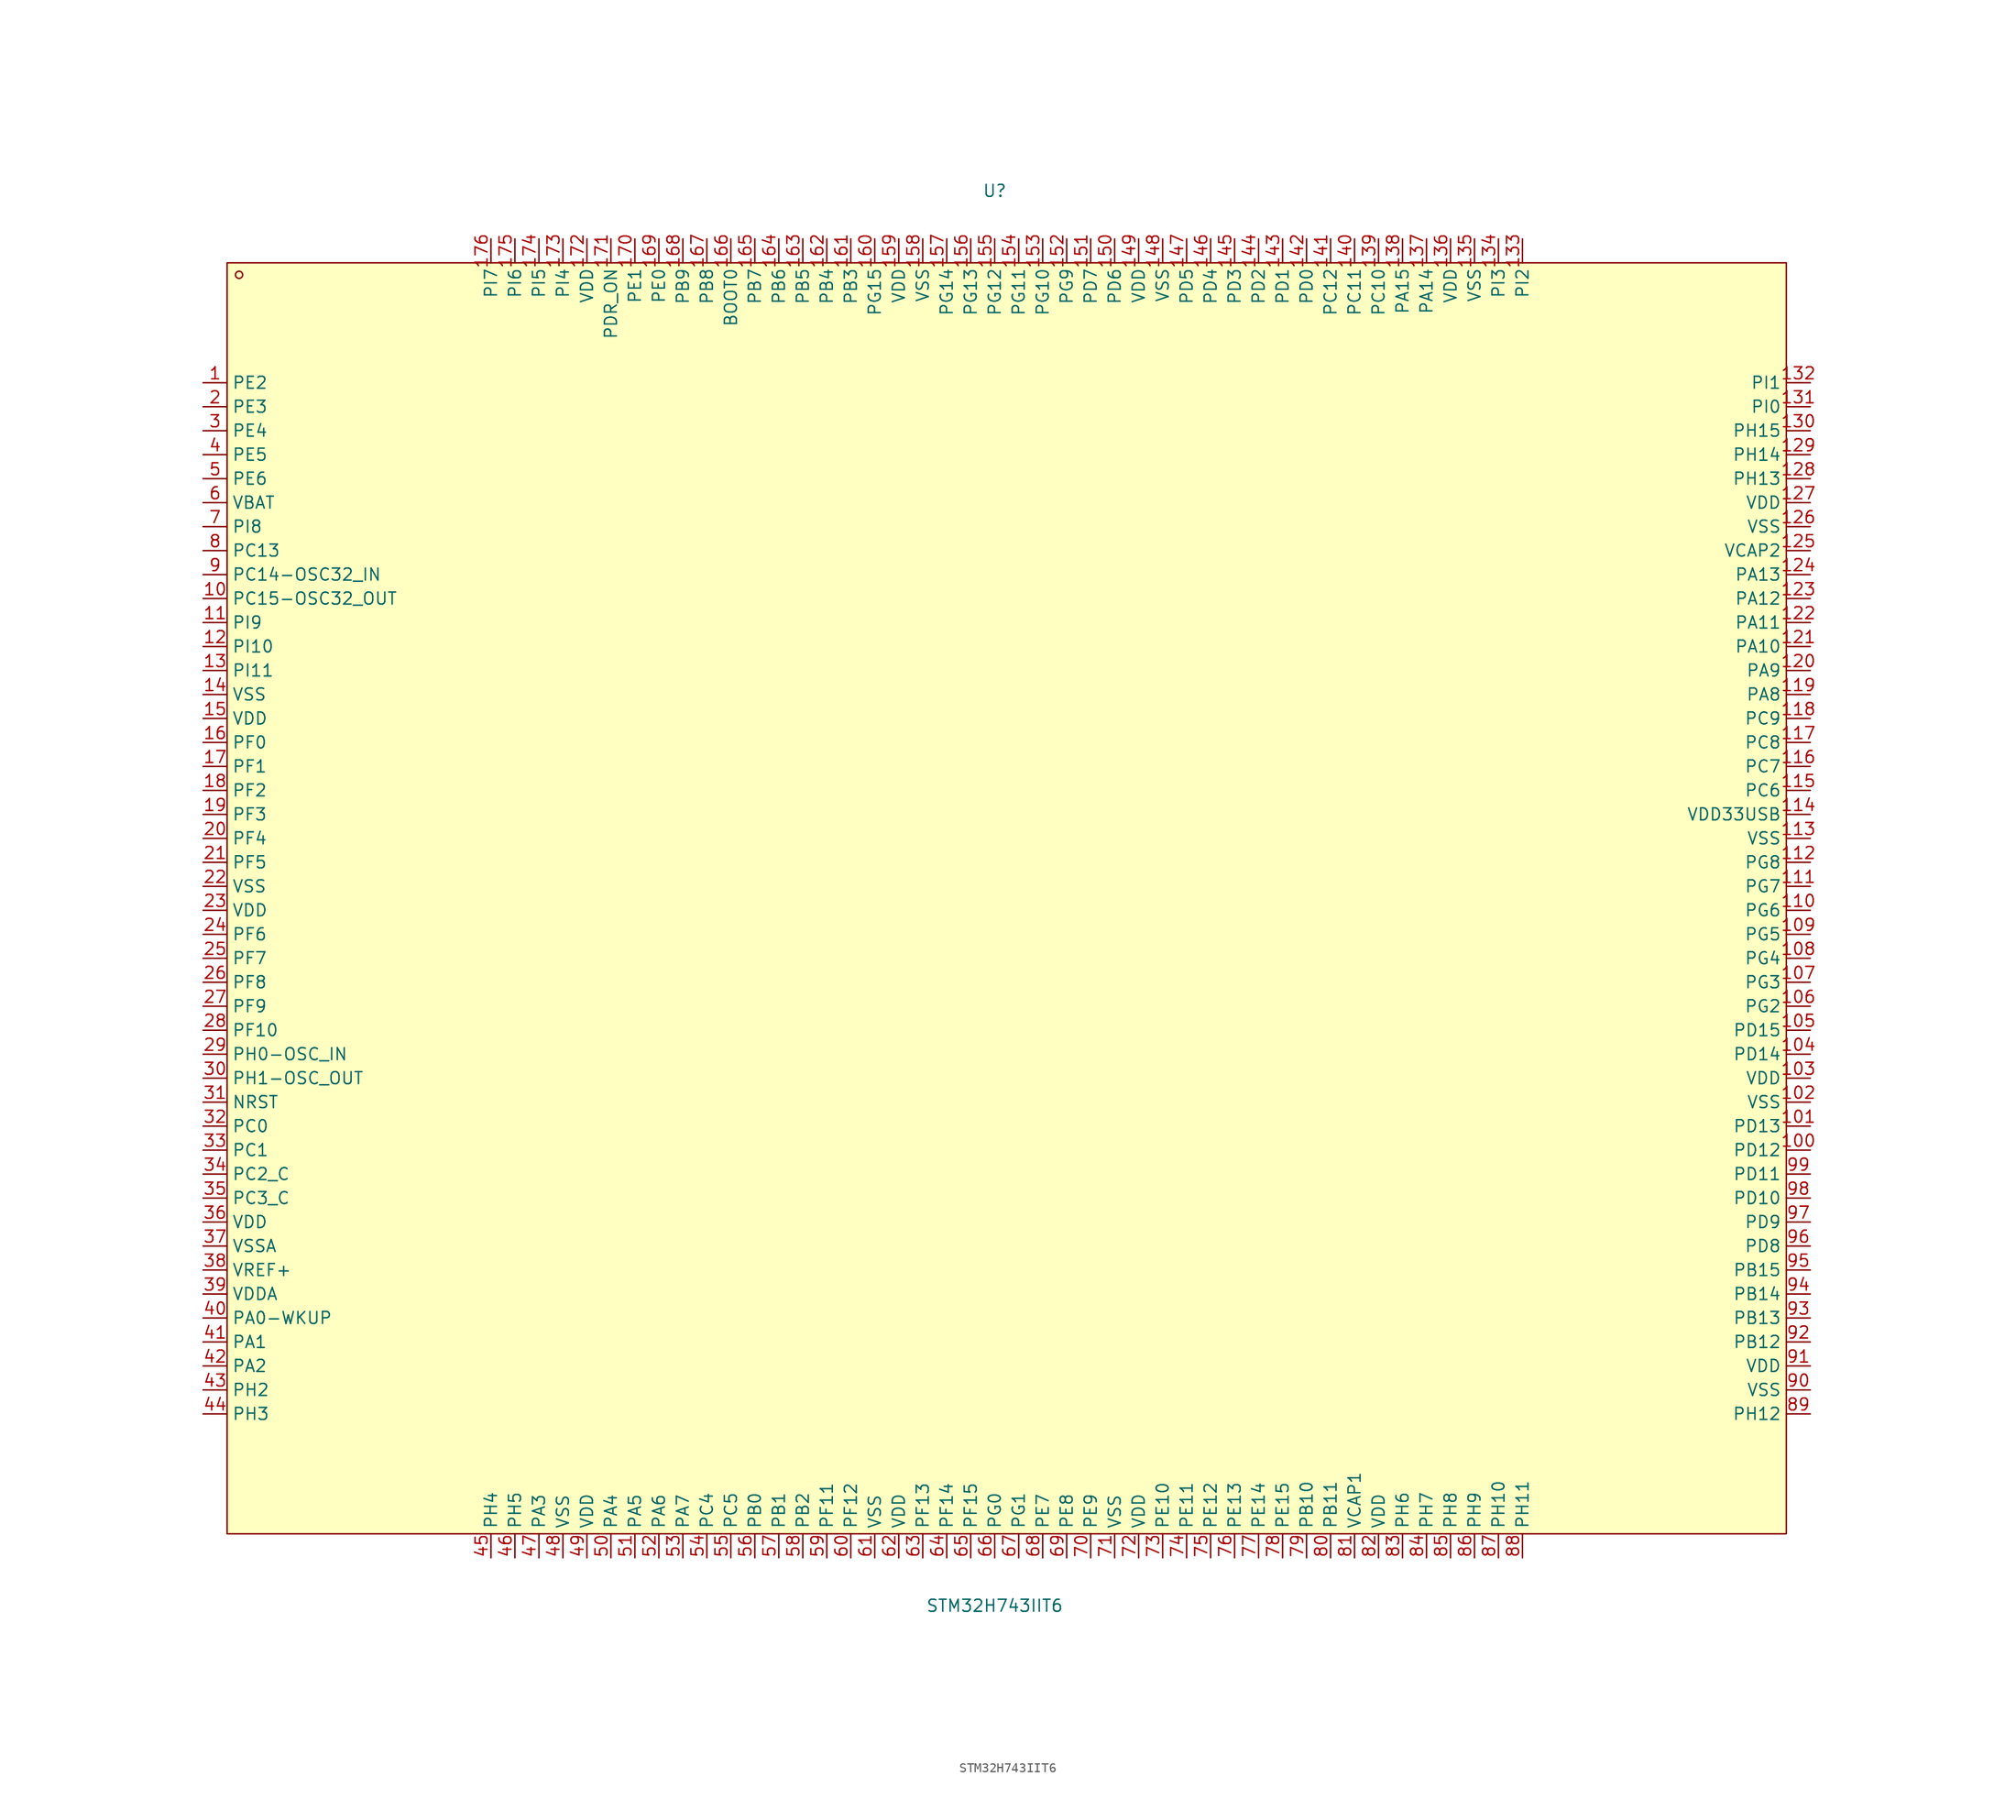
<source format=kicad_sym>
(kicad_symbol_lib
  (version 20231120)
  (generator "kicad_symbol_editor")
  (generator_version "8.0")
  (symbol "STM32H743IIT6"
    (property "Reference" "U"
      (at 0 73.66 0)
      (effects (font (size 1.27 1.27))))
    (property "Value" "STM32H743IIT6"
      (at 0 -76.2 0)
      (effects (font (size 1.27 1.27))))
    (symbol "STM32H743IIT6_0_1"
      (rectangle (start -81.28 66.04) (end 83.82 -68.58) (stroke (width 0) (type default)) (fill (type background)))
      (circle (center -80.01 64.77) (radius 0.38) (stroke (width 0) (type default)) (fill (type none)))
      (pin unspecified line (at -83.82 53.34 0) (length 2.54) (name "PE2" (effects (font (size 1.27 1.27)))) (number "1" (effects (font (size 1.27 1.27)))))
      (pin unspecified line (at -83.82 30.48 0) (length 2.54) (name "PC15-OSC32_OUT" (effects (font (size 1.27 1.27)))) (number "10" (effects (font (size 1.27 1.27)))))
      (pin unspecified line (at 86.36 -27.94 180) (length 2.54) (name "PD12" (effects (font (size 1.27 1.27)))) (number "100" (effects (font (size 1.27 1.27)))))
      (pin unspecified line (at 86.36 -25.4 180) (length 2.54) (name "PD13" (effects (font (size 1.27 1.27)))) (number "101" (effects (font (size 1.27 1.27)))))
      (pin unspecified line (at 86.36 -22.86 180) (length 2.54) (name "VSS" (effects (font (size 1.27 1.27)))) (number "102" (effects (font (size 1.27 1.27)))))
      (pin unspecified line (at 86.36 -20.32 180) (length 2.54) (name "VDD" (effects (font (size 1.27 1.27)))) (number "103" (effects (font (size 1.27 1.27)))))
      (pin unspecified line (at 86.36 -17.78 180) (length 2.54) (name "PD14" (effects (font (size 1.27 1.27)))) (number "104" (effects (font (size 1.27 1.27)))))
      (pin unspecified line (at 86.36 -15.24 180) (length 2.54) (name "PD15" (effects (font (size 1.27 1.27)))) (number "105" (effects (font (size 1.27 1.27)))))
      (pin unspecified line (at 86.36 -12.7 180) (length 2.54) (name "PG2" (effects (font (size 1.27 1.27)))) (number "106" (effects (font (size 1.27 1.27)))))
      (pin unspecified line (at 86.36 -10.16 180) (length 2.54) (name "PG3" (effects (font (size 1.27 1.27)))) (number "107" (effects (font (size 1.27 1.27)))))
      (pin unspecified line (at 86.36 -7.62 180) (length 2.54) (name "PG4" (effects (font (size 1.27 1.27)))) (number "108" (effects (font (size 1.27 1.27)))))
      (pin unspecified line (at 86.36 -5.08 180) (length 2.54) (name "PG5" (effects (font (size 1.27 1.27)))) (number "109" (effects (font (size 1.27 1.27)))))
      (pin unspecified line (at -83.82 27.94 0) (length 2.54) (name "PI9" (effects (font (size 1.27 1.27)))) (number "11" (effects (font (size 1.27 1.27)))))
      (pin unspecified line (at 86.36 -2.54 180) (length 2.54) (name "PG6" (effects (font (size 1.27 1.27)))) (number "110" (effects (font (size 1.27 1.27)))))
      (pin unspecified line (at 86.36 0 180) (length 2.54) (name "PG7" (effects (font (size 1.27 1.27)))) (number "111" (effects (font (size 1.27 1.27)))))
      (pin unspecified line (at 86.36 2.54 180) (length 2.54) (name "PG8" (effects (font (size 1.27 1.27)))) (number "112" (effects (font (size 1.27 1.27)))))
      (pin unspecified line (at 86.36 5.08 180) (length 2.54) (name "VSS" (effects (font (size 1.27 1.27)))) (number "113" (effects (font (size 1.27 1.27)))))
      (pin unspecified line (at 86.36 7.62 180) (length 2.54) (name "VDD33USB" (effects (font (size 1.27 1.27)))) (number "114" (effects (font (size 1.27 1.27)))))
      (pin unspecified line (at 86.36 10.16 180) (length 2.54) (name "PC6" (effects (font (size 1.27 1.27)))) (number "115" (effects (font (size 1.27 1.27)))))
      (pin unspecified line (at 86.36 12.7 180) (length 2.54) (name "PC7" (effects (font (size 1.27 1.27)))) (number "116" (effects (font (size 1.27 1.27)))))
      (pin unspecified line (at 86.36 15.24 180) (length 2.54) (name "PC8" (effects (font (size 1.27 1.27)))) (number "117" (effects (font (size 1.27 1.27)))))
      (pin unspecified line (at 86.36 17.78 180) (length 2.54) (name "PC9" (effects (font (size 1.27 1.27)))) (number "118" (effects (font (size 1.27 1.27)))))
      (pin unspecified line (at 86.36 20.32 180) (length 2.54) (name "PA8" (effects (font (size 1.27 1.27)))) (number "119" (effects (font (size 1.27 1.27)))))
      (pin unspecified line (at -83.82 25.4 0) (length 2.54) (name "PI10" (effects (font (size 1.27 1.27)))) (number "12" (effects (font (size 1.27 1.27)))))
      (pin unspecified line (at 86.36 22.86 180) (length 2.54) (name "PA9" (effects (font (size 1.27 1.27)))) (number "120" (effects (font (size 1.27 1.27)))))
      (pin unspecified line (at 86.36 25.4 180) (length 2.54) (name "PA10" (effects (font (size 1.27 1.27)))) (number "121" (effects (font (size 1.27 1.27)))))
      (pin unspecified line (at 86.36 27.94 180) (length 2.54) (name "PA11" (effects (font (size 1.27 1.27)))) (number "122" (effects (font (size 1.27 1.27)))))
      (pin unspecified line (at 86.36 30.48 180) (length 2.54) (name "PA12" (effects (font (size 1.27 1.27)))) (number "123" (effects (font (size 1.27 1.27)))))
      (pin unspecified line (at 86.36 33.02 180) (length 2.54) (name "PA13" (effects (font (size 1.27 1.27)))) (number "124" (effects (font (size 1.27 1.27)))))
      (pin unspecified line (at 86.36 35.56 180) (length 2.54) (name "VCAP2" (effects (font (size 1.27 1.27)))) (number "125" (effects (font (size 1.27 1.27)))))
      (pin unspecified line (at 86.36 38.1 180) (length 2.54) (name "VSS" (effects (font (size 1.27 1.27)))) (number "126" (effects (font (size 1.27 1.27)))))
      (pin unspecified line (at 86.36 40.64 180) (length 2.54) (name "VDD" (effects (font (size 1.27 1.27)))) (number "127" (effects (font (size 1.27 1.27)))))
      (pin unspecified line (at 86.36 43.18 180) (length 2.54) (name "PH13" (effects (font (size 1.27 1.27)))) (number "128" (effects (font (size 1.27 1.27)))))
      (pin unspecified line (at 86.36 45.72 180) (length 2.54) (name "PH14" (effects (font (size 1.27 1.27)))) (number "129" (effects (font (size 1.27 1.27)))))
      (pin unspecified line (at -83.82 22.86 0) (length 2.54) (name "PI11" (effects (font (size 1.27 1.27)))) (number "13" (effects (font (size 1.27 1.27)))))
      (pin unspecified line (at 86.36 48.26 180) (length 2.54) (name "PH15" (effects (font (size 1.27 1.27)))) (number "130" (effects (font (size 1.27 1.27)))))
      (pin unspecified line (at 86.36 50.8 180) (length 2.54) (name "PI0" (effects (font (size 1.27 1.27)))) (number "131" (effects (font (size 1.27 1.27)))))
      (pin unspecified line (at 86.36 53.34 180) (length 2.54) (name "PI1" (effects (font (size 1.27 1.27)))) (number "132" (effects (font (size 1.27 1.27)))))
      (pin unspecified line (at 55.88 68.58 270) (length 2.54) (name "PI2" (effects (font (size 1.27 1.27)))) (number "133" (effects (font (size 1.27 1.27)))))
      (pin unspecified line (at 53.34 68.58 270) (length 2.54) (name "PI3" (effects (font (size 1.27 1.27)))) (number "134" (effects (font (size 1.27 1.27)))))
      (pin unspecified line (at 50.8 68.58 270) (length 2.54) (name "VSS" (effects (font (size 1.27 1.27)))) (number "135" (effects (font (size 1.27 1.27)))))
      (pin unspecified line (at 48.26 68.58 270) (length 2.54) (name "VDD" (effects (font (size 1.27 1.27)))) (number "136" (effects (font (size 1.27 1.27)))))
      (pin unspecified line (at 45.72 68.58 270) (length 2.54) (name "PA14" (effects (font (size 1.27 1.27)))) (number "137" (effects (font (size 1.27 1.27)))))
      (pin unspecified line (at 43.18 68.58 270) (length 2.54) (name "PA15" (effects (font (size 1.27 1.27)))) (number "138" (effects (font (size 1.27 1.27)))))
      (pin unspecified line (at 40.64 68.58 270) (length 2.54) (name "PC10" (effects (font (size 1.27 1.27)))) (number "139" (effects (font (size 1.27 1.27)))))
      (pin unspecified line (at -83.82 20.32 0) (length 2.54) (name "VSS" (effects (font (size 1.27 1.27)))) (number "14" (effects (font (size 1.27 1.27)))))
      (pin unspecified line (at 38.1 68.58 270) (length 2.54) (name "PC11" (effects (font (size 1.27 1.27)))) (number "140" (effects (font (size 1.27 1.27)))))
      (pin unspecified line (at 35.56 68.58 270) (length 2.54) (name "PC12" (effects (font (size 1.27 1.27)))) (number "141" (effects (font (size 1.27 1.27)))))
      (pin unspecified line (at 33.02 68.58 270) (length 2.54) (name "PD0" (effects (font (size 1.27 1.27)))) (number "142" (effects (font (size 1.27 1.27)))))
      (pin unspecified line (at 30.48 68.58 270) (length 2.54) (name "PD1" (effects (font (size 1.27 1.27)))) (number "143" (effects (font (size 1.27 1.27)))))
      (pin unspecified line (at 27.94 68.58 270) (length 2.54) (name "PD2" (effects (font (size 1.27 1.27)))) (number "144" (effects (font (size 1.27 1.27)))))
      (pin unspecified line (at 25.4 68.58 270) (length 2.54) (name "PD3" (effects (font (size 1.27 1.27)))) (number "145" (effects (font (size 1.27 1.27)))))
      (pin unspecified line (at 22.86 68.58 270) (length 2.54) (name "PD4" (effects (font (size 1.27 1.27)))) (number "146" (effects (font (size 1.27 1.27)))))
      (pin unspecified line (at 20.32 68.58 270) (length 2.54) (name "PD5" (effects (font (size 1.27 1.27)))) (number "147" (effects (font (size 1.27 1.27)))))
      (pin unspecified line (at 17.78 68.58 270) (length 2.54) (name "VSS" (effects (font (size 1.27 1.27)))) (number "148" (effects (font (size 1.27 1.27)))))
      (pin unspecified line (at 15.24 68.58 270) (length 2.54) (name "VDD" (effects (font (size 1.27 1.27)))) (number "149" (effects (font (size 1.27 1.27)))))
      (pin unspecified line (at -83.82 17.78 0) (length 2.54) (name "VDD" (effects (font (size 1.27 1.27)))) (number "15" (effects (font (size 1.27 1.27)))))
      (pin unspecified line (at 12.7 68.58 270) (length 2.54) (name "PD6" (effects (font (size 1.27 1.27)))) (number "150" (effects (font (size 1.27 1.27)))))
      (pin unspecified line (at 10.16 68.58 270) (length 2.54) (name "PD7" (effects (font (size 1.27 1.27)))) (number "151" (effects (font (size 1.27 1.27)))))
      (pin unspecified line (at 7.62 68.58 270) (length 2.54) (name "PG9" (effects (font (size 1.27 1.27)))) (number "152" (effects (font (size 1.27 1.27)))))
      (pin unspecified line (at 5.08 68.58 270) (length 2.54) (name "PG10" (effects (font (size 1.27 1.27)))) (number "153" (effects (font (size 1.27 1.27)))))
      (pin unspecified line (at 2.54 68.58 270) (length 2.54) (name "PG11" (effects (font (size 1.27 1.27)))) (number "154" (effects (font (size 1.27 1.27)))))
      (pin unspecified line (at 0 68.58 270) (length 2.54) (name "PG12" (effects (font (size 1.27 1.27)))) (number "155" (effects (font (size 1.27 1.27)))))
      (pin unspecified line (at -2.54 68.58 270) (length 2.54) (name "PG13" (effects (font (size 1.27 1.27)))) (number "156" (effects (font (size 1.27 1.27)))))
      (pin unspecified line (at -5.08 68.58 270) (length 2.54) (name "PG14" (effects (font (size 1.27 1.27)))) (number "157" (effects (font (size 1.27 1.27)))))
      (pin unspecified line (at -7.62 68.58 270) (length 2.54) (name "VSS" (effects (font (size 1.27 1.27)))) (number "158" (effects (font (size 1.27 1.27)))))
      (pin unspecified line (at -10.16 68.58 270) (length 2.54) (name "VDD" (effects (font (size 1.27 1.27)))) (number "159" (effects (font (size 1.27 1.27)))))
      (pin unspecified line (at -83.82 15.24 0) (length 2.54) (name "PF0" (effects (font (size 1.27 1.27)))) (number "16" (effects (font (size 1.27 1.27)))))
      (pin unspecified line (at -12.7 68.58 270) (length 2.54) (name "PG15" (effects (font (size 1.27 1.27)))) (number "160" (effects (font (size 1.27 1.27)))))
      (pin unspecified line (at -15.24 68.58 270) (length 2.54) (name "PB3" (effects (font (size 1.27 1.27)))) (number "161" (effects (font (size 1.27 1.27)))))
      (pin unspecified line (at -17.78 68.58 270) (length 2.54) (name "PB4" (effects (font (size 1.27 1.27)))) (number "162" (effects (font (size 1.27 1.27)))))
      (pin unspecified line (at -20.32 68.58 270) (length 2.54) (name "PB5" (effects (font (size 1.27 1.27)))) (number "163" (effects (font (size 1.27 1.27)))))
      (pin unspecified line (at -22.86 68.58 270) (length 2.54) (name "PB6" (effects (font (size 1.27 1.27)))) (number "164" (effects (font (size 1.27 1.27)))))
      (pin unspecified line (at -25.4 68.58 270) (length 2.54) (name "PB7" (effects (font (size 1.27 1.27)))) (number "165" (effects (font (size 1.27 1.27)))))
      (pin unspecified line (at -27.94 68.58 270) (length 2.54) (name "BOOT0" (effects (font (size 1.27 1.27)))) (number "166" (effects (font (size 1.27 1.27)))))
      (pin unspecified line (at -30.48 68.58 270) (length 2.54) (name "PB8" (effects (font (size 1.27 1.27)))) (number "167" (effects (font (size 1.27 1.27)))))
      (pin unspecified line (at -33.02 68.58 270) (length 2.54) (name "PB9" (effects (font (size 1.27 1.27)))) (number "168" (effects (font (size 1.27 1.27)))))
      (pin unspecified line (at -35.56 68.58 270) (length 2.54) (name "PE0" (effects (font (size 1.27 1.27)))) (number "169" (effects (font (size 1.27 1.27)))))
      (pin unspecified line (at -83.82 12.7 0) (length 2.54) (name "PF1" (effects (font (size 1.27 1.27)))) (number "17" (effects (font (size 1.27 1.27)))))
      (pin unspecified line (at -38.1 68.58 270) (length 2.54) (name "PE1" (effects (font (size 1.27 1.27)))) (number "170" (effects (font (size 1.27 1.27)))))
      (pin unspecified line (at -40.64 68.58 270) (length 2.54) (name "PDR_ON" (effects (font (size 1.27 1.27)))) (number "171" (effects (font (size 1.27 1.27)))))
      (pin unspecified line (at -43.18 68.58 270) (length 2.54) (name "VDD" (effects (font (size 1.27 1.27)))) (number "172" (effects (font (size 1.27 1.27)))))
      (pin unspecified line (at -45.72 68.58 270) (length 2.54) (name "PI4" (effects (font (size 1.27 1.27)))) (number "173" (effects (font (size 1.27 1.27)))))
      (pin unspecified line (at -48.26 68.58 270) (length 2.54) (name "PI5" (effects (font (size 1.27 1.27)))) (number "174" (effects (font (size 1.27 1.27)))))
      (pin unspecified line (at -50.8 68.58 270) (length 2.54) (name "PI6" (effects (font (size 1.27 1.27)))) (number "175" (effects (font (size 1.27 1.27)))))
      (pin unspecified line (at -53.34 68.58 270) (length 2.54) (name "PI7" (effects (font (size 1.27 1.27)))) (number "176" (effects (font (size 1.27 1.27)))))
      (pin unspecified line (at -83.82 10.16 0) (length 2.54) (name "PF2" (effects (font (size 1.27 1.27)))) (number "18" (effects (font (size 1.27 1.27)))))
      (pin unspecified line (at -83.82 7.62 0) (length 2.54) (name "PF3" (effects (font (size 1.27 1.27)))) (number "19" (effects (font (size 1.27 1.27)))))
      (pin unspecified line (at -83.82 50.8 0) (length 2.54) (name "PE3" (effects (font (size 1.27 1.27)))) (number "2" (effects (font (size 1.27 1.27)))))
      (pin unspecified line (at -83.82 5.08 0) (length 2.54) (name "PF4" (effects (font (size 1.27 1.27)))) (number "20" (effects (font (size 1.27 1.27)))))
      (pin unspecified line (at -83.82 2.54 0) (length 2.54) (name "PF5" (effects (font (size 1.27 1.27)))) (number "21" (effects (font (size 1.27 1.27)))))
      (pin unspecified line (at -83.82 0 0) (length 2.54) (name "VSS" (effects (font (size 1.27 1.27)))) (number "22" (effects (font (size 1.27 1.27)))))
      (pin unspecified line (at -83.82 -2.54 0) (length 2.54) (name "VDD" (effects (font (size 1.27 1.27)))) (number "23" (effects (font (size 1.27 1.27)))))
      (pin unspecified line (at -83.82 -5.08 0) (length 2.54) (name "PF6" (effects (font (size 1.27 1.27)))) (number "24" (effects (font (size 1.27 1.27)))))
      (pin unspecified line (at -83.82 -7.62 0) (length 2.54) (name "PF7" (effects (font (size 1.27 1.27)))) (number "25" (effects (font (size 1.27 1.27)))))
      (pin unspecified line (at -83.82 -10.16 0) (length 2.54) (name "PF8" (effects (font (size 1.27 1.27)))) (number "26" (effects (font (size 1.27 1.27)))))
      (pin unspecified line (at -83.82 -12.7 0) (length 2.54) (name "PF9" (effects (font (size 1.27 1.27)))) (number "27" (effects (font (size 1.27 1.27)))))
      (pin unspecified line (at -83.82 -15.24 0) (length 2.54) (name "PF10" (effects (font (size 1.27 1.27)))) (number "28" (effects (font (size 1.27 1.27)))))
      (pin unspecified line (at -83.82 -17.78 0) (length 2.54) (name "PH0-OSC_IN" (effects (font (size 1.27 1.27)))) (number "29" (effects (font (size 1.27 1.27)))))
      (pin unspecified line (at -83.82 48.26 0) (length 2.54) (name "PE4" (effects (font (size 1.27 1.27)))) (number "3" (effects (font (size 1.27 1.27)))))
      (pin unspecified line (at -83.82 -20.32 0) (length 2.54) (name "PH1-OSC_OUT" (effects (font (size 1.27 1.27)))) (number "30" (effects (font (size 1.27 1.27)))))
      (pin unspecified line (at -83.82 -22.86 0) (length 2.54) (name "NRST" (effects (font (size 1.27 1.27)))) (number "31" (effects (font (size 1.27 1.27)))))
      (pin unspecified line (at -83.82 -25.4 0) (length 2.54) (name "PC0" (effects (font (size 1.27 1.27)))) (number "32" (effects (font (size 1.27 1.27)))))
      (pin unspecified line (at -83.82 -27.94 0) (length 2.54) (name "PC1" (effects (font (size 1.27 1.27)))) (number "33" (effects (font (size 1.27 1.27)))))
      (pin unspecified line (at -83.82 -30.48 0) (length 2.54) (name "PC2_C" (effects (font (size 1.27 1.27)))) (number "34" (effects (font (size 1.27 1.27)))))
      (pin unspecified line (at -83.82 -33.02 0) (length 2.54) (name "PC3_C" (effects (font (size 1.27 1.27)))) (number "35" (effects (font (size 1.27 1.27)))))
      (pin unspecified line (at -83.82 -35.56 0) (length 2.54) (name "VDD" (effects (font (size 1.27 1.27)))) (number "36" (effects (font (size 1.27 1.27)))))
      (pin unspecified line (at -83.82 -38.1 0) (length 2.54) (name "VSSA" (effects (font (size 1.27 1.27)))) (number "37" (effects (font (size 1.27 1.27)))))
      (pin unspecified line (at -83.82 -40.64 0) (length 2.54) (name "VREF+" (effects (font (size 1.27 1.27)))) (number "38" (effects (font (size 1.27 1.27)))))
      (pin unspecified line (at -83.82 -43.18 0) (length 2.54) (name "VDDA" (effects (font (size 1.27 1.27)))) (number "39" (effects (font (size 1.27 1.27)))))
      (pin unspecified line (at -83.82 45.72 0) (length 2.54) (name "PE5" (effects (font (size 1.27 1.27)))) (number "4" (effects (font (size 1.27 1.27)))))
      (pin unspecified line (at -83.82 -45.72 0) (length 2.54) (name "PA0-WKUP" (effects (font (size 1.27 1.27)))) (number "40" (effects (font (size 1.27 1.27)))))
      (pin unspecified line (at -83.82 -48.26 0) (length 2.54) (name "PA1" (effects (font (size 1.27 1.27)))) (number "41" (effects (font (size 1.27 1.27)))))
      (pin unspecified line (at -83.82 -50.8 0) (length 2.54) (name "PA2" (effects (font (size 1.27 1.27)))) (number "42" (effects (font (size 1.27 1.27)))))
      (pin unspecified line (at -83.82 -53.34 0) (length 2.54) (name "PH2" (effects (font (size 1.27 1.27)))) (number "43" (effects (font (size 1.27 1.27)))))
      (pin unspecified line (at -83.82 -55.88 0) (length 2.54) (name "PH3" (effects (font (size 1.27 1.27)))) (number "44" (effects (font (size 1.27 1.27)))))
      (pin unspecified line (at -53.34 -71.12 90) (length 2.54) (name "PH4" (effects (font (size 1.27 1.27)))) (number "45" (effects (font (size 1.27 1.27)))))
      (pin unspecified line (at -50.8 -71.12 90) (length 2.54) (name "PH5" (effects (font (size 1.27 1.27)))) (number "46" (effects (font (size 1.27 1.27)))))
      (pin unspecified line (at -48.26 -71.12 90) (length 2.54) (name "PA3" (effects (font (size 1.27 1.27)))) (number "47" (effects (font (size 1.27 1.27)))))
      (pin unspecified line (at -45.72 -71.12 90) (length 2.54) (name "VSS" (effects (font (size 1.27 1.27)))) (number "48" (effects (font (size 1.27 1.27)))))
      (pin unspecified line (at -43.18 -71.12 90) (length 2.54) (name "VDD" (effects (font (size 1.27 1.27)))) (number "49" (effects (font (size 1.27 1.27)))))
      (pin unspecified line (at -83.82 43.18 0) (length 2.54) (name "PE6" (effects (font (size 1.27 1.27)))) (number "5" (effects (font (size 1.27 1.27)))))
      (pin unspecified line (at -40.64 -71.12 90) (length 2.54) (name "PA4" (effects (font (size 1.27 1.27)))) (number "50" (effects (font (size 1.27 1.27)))))
      (pin unspecified line (at -38.1 -71.12 90) (length 2.54) (name "PA5" (effects (font (size 1.27 1.27)))) (number "51" (effects (font (size 1.27 1.27)))))
      (pin unspecified line (at -35.56 -71.12 90) (length 2.54) (name "PA6" (effects (font (size 1.27 1.27)))) (number "52" (effects (font (size 1.27 1.27)))))
      (pin unspecified line (at -33.02 -71.12 90) (length 2.54) (name "PA7" (effects (font (size 1.27 1.27)))) (number "53" (effects (font (size 1.27 1.27)))))
      (pin unspecified line (at -30.48 -71.12 90) (length 2.54) (name "PC4" (effects (font (size 1.27 1.27)))) (number "54" (effects (font (size 1.27 1.27)))))
      (pin unspecified line (at -27.94 -71.12 90) (length 2.54) (name "PC5" (effects (font (size 1.27 1.27)))) (number "55" (effects (font (size 1.27 1.27)))))
      (pin unspecified line (at -25.4 -71.12 90) (length 2.54) (name "PB0" (effects (font (size 1.27 1.27)))) (number "56" (effects (font (size 1.27 1.27)))))
      (pin unspecified line (at -22.86 -71.12 90) (length 2.54) (name "PB1" (effects (font (size 1.27 1.27)))) (number "57" (effects (font (size 1.27 1.27)))))
      (pin unspecified line (at -20.32 -71.12 90) (length 2.54) (name "PB2" (effects (font (size 1.27 1.27)))) (number "58" (effects (font (size 1.27 1.27)))))
      (pin unspecified line (at -17.78 -71.12 90) (length 2.54) (name "PF11" (effects (font (size 1.27 1.27)))) (number "59" (effects (font (size 1.27 1.27)))))
      (pin unspecified line (at -83.82 40.64 0) (length 2.54) (name "VBAT" (effects (font (size 1.27 1.27)))) (number "6" (effects (font (size 1.27 1.27)))))
      (pin unspecified line (at -15.24 -71.12 90) (length 2.54) (name "PF12" (effects (font (size 1.27 1.27)))) (number "60" (effects (font (size 1.27 1.27)))))
      (pin unspecified line (at -12.7 -71.12 90) (length 2.54) (name "VSS" (effects (font (size 1.27 1.27)))) (number "61" (effects (font (size 1.27 1.27)))))
      (pin unspecified line (at -10.16 -71.12 90) (length 2.54) (name "VDD" (effects (font (size 1.27 1.27)))) (number "62" (effects (font (size 1.27 1.27)))))
      (pin unspecified line (at -7.62 -71.12 90) (length 2.54) (name "PF13" (effects (font (size 1.27 1.27)))) (number "63" (effects (font (size 1.27 1.27)))))
      (pin unspecified line (at -5.08 -71.12 90) (length 2.54) (name "PF14" (effects (font (size 1.27 1.27)))) (number "64" (effects (font (size 1.27 1.27)))))
      (pin unspecified line (at -2.54 -71.12 90) (length 2.54) (name "PF15" (effects (font (size 1.27 1.27)))) (number "65" (effects (font (size 1.27 1.27)))))
      (pin unspecified line (at 0 -71.12 90) (length 2.54) (name "PG0" (effects (font (size 1.27 1.27)))) (number "66" (effects (font (size 1.27 1.27)))))
      (pin unspecified line (at 2.54 -71.12 90) (length 2.54) (name "PG1" (effects (font (size 1.27 1.27)))) (number "67" (effects (font (size 1.27 1.27)))))
      (pin unspecified line (at 5.08 -71.12 90) (length 2.54) (name "PE7" (effects (font (size 1.27 1.27)))) (number "68" (effects (font (size 1.27 1.27)))))
      (pin unspecified line (at 7.62 -71.12 90) (length 2.54) (name "PE8" (effects (font (size 1.27 1.27)))) (number "69" (effects (font (size 1.27 1.27)))))
      (pin unspecified line (at -83.82 38.1 0) (length 2.54) (name "PI8" (effects (font (size 1.27 1.27)))) (number "7" (effects (font (size 1.27 1.27)))))
      (pin unspecified line (at 10.16 -71.12 90) (length 2.54) (name "PE9" (effects (font (size 1.27 1.27)))) (number "70" (effects (font (size 1.27 1.27)))))
      (pin unspecified line (at 12.7 -71.12 90) (length 2.54) (name "VSS" (effects (font (size 1.27 1.27)))) (number "71" (effects (font (size 1.27 1.27)))))
      (pin unspecified line (at 15.24 -71.12 90) (length 2.54) (name "VDD" (effects (font (size 1.27 1.27)))) (number "72" (effects (font (size 1.27 1.27)))))
      (pin unspecified line (at 17.78 -71.12 90) (length 2.54) (name "PE10" (effects (font (size 1.27 1.27)))) (number "73" (effects (font (size 1.27 1.27)))))
      (pin unspecified line (at 20.32 -71.12 90) (length 2.54) (name "PE11" (effects (font (size 1.27 1.27)))) (number "74" (effects (font (size 1.27 1.27)))))
      (pin unspecified line (at 22.86 -71.12 90) (length 2.54) (name "PE12" (effects (font (size 1.27 1.27)))) (number "75" (effects (font (size 1.27 1.27)))))
      (pin unspecified line (at 25.4 -71.12 90) (length 2.54) (name "PE13" (effects (font (size 1.27 1.27)))) (number "76" (effects (font (size 1.27 1.27)))))
      (pin unspecified line (at 27.94 -71.12 90) (length 2.54) (name "PE14" (effects (font (size 1.27 1.27)))) (number "77" (effects (font (size 1.27 1.27)))))
      (pin unspecified line (at 30.48 -71.12 90) (length 2.54) (name "PE15" (effects (font (size 1.27 1.27)))) (number "78" (effects (font (size 1.27 1.27)))))
      (pin unspecified line (at 33.02 -71.12 90) (length 2.54) (name "PB10" (effects (font (size 1.27 1.27)))) (number "79" (effects (font (size 1.27 1.27)))))
      (pin unspecified line (at -83.82 35.56 0) (length 2.54) (name "PC13" (effects (font (size 1.27 1.27)))) (number "8" (effects (font (size 1.27 1.27)))))
      (pin unspecified line (at 35.56 -71.12 90) (length 2.54) (name "PB11" (effects (font (size 1.27 1.27)))) (number "80" (effects (font (size 1.27 1.27)))))
      (pin unspecified line (at 38.1 -71.12 90) (length 2.54) (name "VCAP1" (effects (font (size 1.27 1.27)))) (number "81" (effects (font (size 1.27 1.27)))))
      (pin unspecified line (at 40.64 -71.12 90) (length 2.54) (name "VDD" (effects (font (size 1.27 1.27)))) (number "82" (effects (font (size 1.27 1.27)))))
      (pin unspecified line (at 43.18 -71.12 90) (length 2.54) (name "PH6" (effects (font (size 1.27 1.27)))) (number "83" (effects (font (size 1.27 1.27)))))
      (pin unspecified line (at 45.72 -71.12 90) (length 2.54) (name "PH7" (effects (font (size 1.27 1.27)))) (number "84" (effects (font (size 1.27 1.27)))))
      (pin unspecified line (at 48.26 -71.12 90) (length 2.54) (name "PH8" (effects (font (size 1.27 1.27)))) (number "85" (effects (font (size 1.27 1.27)))))
      (pin unspecified line (at 50.8 -71.12 90) (length 2.54) (name "PH9" (effects (font (size 1.27 1.27)))) (number "86" (effects (font (size 1.27 1.27)))))
      (pin unspecified line (at 53.34 -71.12 90) (length 2.54) (name "PH10" (effects (font (size 1.27 1.27)))) (number "87" (effects (font (size 1.27 1.27)))))
      (pin unspecified line (at 55.88 -71.12 90) (length 2.54) (name "PH11" (effects (font (size 1.27 1.27)))) (number "88" (effects (font (size 1.27 1.27)))))
      (pin unspecified line (at 86.36 -55.88 180) (length 2.54) (name "PH12" (effects (font (size 1.27 1.27)))) (number "89" (effects (font (size 1.27 1.27)))))
      (pin unspecified line (at -83.82 33.02 0) (length 2.54) (name "PC14-OSC32_IN" (effects (font (size 1.27 1.27)))) (number "9" (effects (font (size 1.27 1.27)))))
      (pin unspecified line (at 86.36 -53.34 180) (length 2.54) (name "VSS" (effects (font (size 1.27 1.27)))) (number "90" (effects (font (size 1.27 1.27)))))
      (pin unspecified line (at 86.36 -50.8 180) (length 2.54) (name "VDD" (effects (font (size 1.27 1.27)))) (number "91" (effects (font (size 1.27 1.27)))))
      (pin unspecified line (at 86.36 -48.26 180) (length 2.54) (name "PB12" (effects (font (size 1.27 1.27)))) (number "92" (effects (font (size 1.27 1.27)))))
      (pin unspecified line (at 86.36 -45.72 180) (length 2.54) (name "PB13" (effects (font (size 1.27 1.27)))) (number "93" (effects (font (size 1.27 1.27)))))
      (pin unspecified line (at 86.36 -43.18 180) (length 2.54) (name "PB14" (effects (font (size 1.27 1.27)))) (number "94" (effects (font (size 1.27 1.27)))))
      (pin unspecified line (at 86.36 -40.64 180) (length 2.54) (name "PB15" (effects (font (size 1.27 1.27)))) (number "95" (effects (font (size 1.27 1.27)))))
      (pin unspecified line (at 86.36 -38.1 180) (length 2.54) (name "PD8" (effects (font (size 1.27 1.27)))) (number "96" (effects (font (size 1.27 1.27)))))
      (pin unspecified line (at 86.36 -35.56 180) (length 2.54) (name "PD9" (effects (font (size 1.27 1.27)))) (number "97" (effects (font (size 1.27 1.27)))))
      (pin unspecified line (at 86.36 -33.02 180) (length 2.54) (name "PD10" (effects (font (size 1.27 1.27)))) (number "98" (effects (font (size 1.27 1.27)))))
      (pin unspecified line (at 86.36 -30.48 180) (length 2.54) (name "PD11" (effects (font (size 1.27 1.27)))) (number "99" (effects (font (size 1.27 1.27))))))))
</source>
